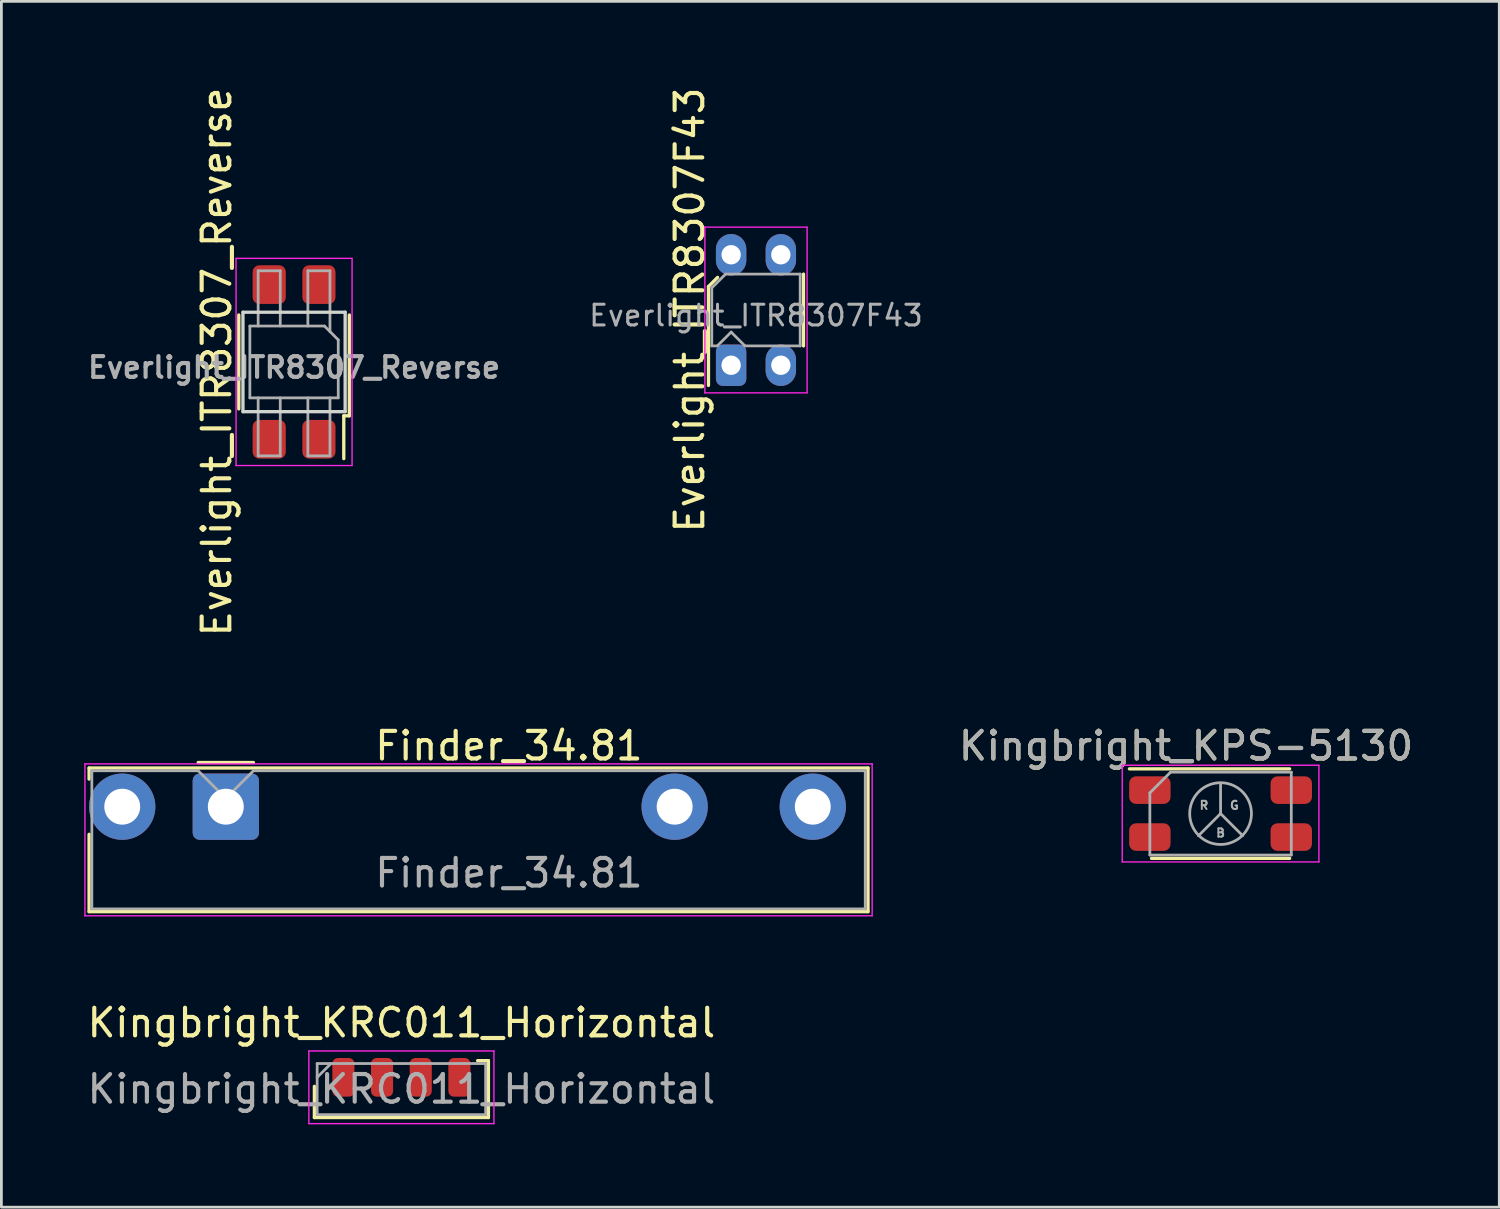
<source format=kicad_pcb>
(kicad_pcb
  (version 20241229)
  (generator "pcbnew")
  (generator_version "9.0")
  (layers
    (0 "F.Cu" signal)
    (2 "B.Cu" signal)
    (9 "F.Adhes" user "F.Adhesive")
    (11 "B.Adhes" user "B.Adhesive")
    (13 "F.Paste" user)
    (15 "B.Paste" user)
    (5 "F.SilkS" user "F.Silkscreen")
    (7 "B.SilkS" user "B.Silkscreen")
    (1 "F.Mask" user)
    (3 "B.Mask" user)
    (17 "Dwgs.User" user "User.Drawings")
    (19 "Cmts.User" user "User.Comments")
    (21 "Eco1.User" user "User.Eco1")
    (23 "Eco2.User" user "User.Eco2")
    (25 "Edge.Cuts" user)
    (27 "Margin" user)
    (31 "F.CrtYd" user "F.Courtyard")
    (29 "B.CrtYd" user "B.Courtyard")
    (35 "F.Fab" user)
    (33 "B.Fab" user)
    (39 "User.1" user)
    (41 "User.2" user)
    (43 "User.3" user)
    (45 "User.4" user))
  (footprint "Kingbright_KRC011_Horizontal"
    (layer "F.Cu")
    (at 11.482 36.379)
    (property "Reference" "Kingbright_KRC011_Horizontal" (at 0 -2.4 0) (layer "F.SilkS") (effects (font (size 1 1) (thickness 0.15))))
    (attr smd)
    (fp_line (start -3.15 -0.1) (end -3.15 1.03) (stroke (width 0.12) (type solid)) (layer "F.SilkS"))
    (fp_line (start -3.15 1.03) (end 3.15 1.03) (stroke (width 0.12) (type solid)) (layer "F.SilkS"))
    (fp_line (start 3.15 -1.03) (end 2.76 -1.03) (stroke (width 0.12) (type solid)) (layer "F.SilkS"))
    (fp_line (start 3.15 -1.03) (end 3.15 1.03) (stroke (width 0.12) (type solid)) (layer "F.SilkS"))
    (fp_line (start -3.35 -1.38) (end -3.35 1.25) (stroke (width 0.05) (type solid)) (layer "F.CrtYd"))
    (fp_line (start -3.35 -1.38) (end 3.35 -1.38) (stroke (width 0.05) (type solid)) (layer "F.CrtYd"))
    (fp_line (start -3.35 1.25) (end 3.35 1.25) (stroke (width 0.05) (type solid)) (layer "F.CrtYd"))
    (fp_line (start 3.35 1.25) (end 3.35 -1.38) (stroke (width 0.05) (type solid)) (layer "F.CrtYd"))
    (fp_line (start -3.05 -0.925) (end 3.05 -0.925) (stroke (width 0.1) (type solid)) (layer "F.Fab"))
    (fp_line (start -3.05 -0.425) (end -2.55 -0.925) (stroke (width 0.1) (type solid)) (layer "F.Fab"))
    (fp_line (start -3.05 0.925) (end -3.05 -0.925) (stroke (width 0.1) (type solid)) (layer "F.Fab"))
    (fp_line (start 3.05 -0.925) (end 3.05 0.925) (stroke (width 0.1) (type solid)) (layer "F.Fab"))
    (fp_line (start 3.05 0.925) (end -3.05 0.925) (stroke (width 0.1) (type solid)) (layer "F.Fab"))
    (fp_text user "${REFERENCE}" (at 0 0 0) (layer "F.Fab") (effects (font (size 1 1) (thickness 0.15))))
    (pad "1" smd roundrect (at -2.1 -0.425) (size 0.8 1.4) (layers "F.Cu" "F.Mask" "F.Paste") (roundrect_rratio 0.25))
    (pad "2" smd roundrect (at -0.7 -0.425) (size 0.8 1.4) (layers "F.Cu" "F.Mask" "F.Paste") (roundrect_rratio 0.25))
    (pad "3" smd roundrect (at 0.7 -0.425) (size 0.8 1.4) (layers "F.Cu" "F.Mask" "F.Paste") (roundrect_rratio 0.25))
    (pad "4" smd roundrect (at 2.1 -0.425) (size 0.8 1.4) (layers "F.Cu" "F.Mask" "F.Paste") (roundrect_rratio 0.25)))
  (footprint "Kingbright_KPS-5130"
    (layer "F.Cu")
    (at 41.139 26.405)
    (property "Reference" "Kingbright_KPS-5130" (at -1.25 -2.45 0) (layer "F.SilkS") (effects (font (size 1 1) (thickness 0.15))))
    (attr smd)
    (fp_line (start -3.3 -1.62) (end 2.5 -1.62) (stroke (width 0.12) (type solid)) (layer "F.SilkS"))
    (fp_line (start 2.5 1.62) (end -2.5 1.62) (stroke (width 0.12) (type solid)) (layer "F.SilkS"))
    (fp_line (start -3.56 -1.75) (end -3.56 1.75) (stroke (width 0.05) (type solid)) (layer "F.CrtYd"))
    (fp_line (start -3.56 -1.75) (end 3.56 -1.75) (stroke (width 0.05) (type solid)) (layer "F.CrtYd"))
    (fp_line (start 3.56 1.75) (end -3.56 1.75) (stroke (width 0.05) (type solid)) (layer "F.CrtYd"))
    (fp_line (start 3.56 1.75) (end 3.56 -1.75) (stroke (width 0.05) (type solid)) (layer "F.CrtYd"))
    (fp_line (start -2.56 -0.75) (end -2.56 1.5) (stroke (width 0.1) (type solid)) (layer "F.Fab"))
    (fp_line (start -2.56 -0.75) (end -1.81 -1.5) (stroke (width 0.1) (type solid)) (layer "F.Fab"))
    (fp_line (start -2.56 1.5) (end 2.56 1.5) (stroke (width 0.1) (type solid)) (layer "F.Fab"))
    (fp_line (start 0 0) (end -0.8 0.8) (stroke (width 0.1) (type solid)) (layer "F.Fab"))
    (fp_line (start 0 0) (end 0 -1.1) (stroke (width 0.1) (type solid)) (layer "F.Fab"))
    (fp_line (start 0 0) (end 0.8 0.8) (stroke (width 0.1) (type solid)) (layer "F.Fab"))
    (fp_line (start 2.56 -1.5) (end -1.81 -1.5) (stroke (width 0.1) (type solid)) (layer "F.Fab"))
    (fp_line (start 2.56 1.5) (end 2.56 -1.5) (stroke (width 0.1) (type solid)) (layer "F.Fab"))
    (fp_circle (center 0 0) (end 1 0.5) (stroke (width 0.1) (type solid)) (fill no) (layer "F.Fab"))
    (fp_text user "G" (at 0.5 -0.3 0) (layer "F.Fab") (effects (font (size 0.3 0.3) (thickness 0.07))))
    (fp_text user "B" (at 0 0.7 0) (layer "F.Fab") (effects (font (size 0.3 0.3) (thickness 0.07))))
    (fp_text user "R" (at -0.6 -0.3 0) (layer "F.Fab") (effects (font (size 0.3 0.3) (thickness 0.07))))
    (fp_text user "${REFERENCE}" (at -1.25 -2.45 0) (layer "F.Fab") (effects (font (size 1 1) (thickness 0.15))))
    (pad "1" smd roundrect (at -2.56 -0.85) (size 1.5 1) (layers "F.Cu" "F.Mask" "F.Paste") (roundrect_rratio 0.25))
    (pad "2" smd roundrect (at 2.56 -0.85) (size 1.5 1) (layers "F.Cu" "F.Mask" "F.Paste") (roundrect_rratio 0.25))
    (pad "3" smd roundrect (at -2.56 0.85) (size 1.5 1) (layers "F.Cu" "F.Mask" "F.Paste") (roundrect_rratio 0.25))
    (pad "4" smd roundrect (at 2.56 0.85) (size 1.5 1) (layers "F.Cu" "F.Mask" "F.Paste") (roundrect_rratio 0.25)))
  (footprint "Everlight_ITR8307F43"
    (layer "F.Cu")
    (at 23.419 10.173)
    (property "Reference" "Everlight_ITR8307F43" (at -1.5 -2 90) (layer "F.SilkS") (effects (font (size 1 1) (thickness 0.15))))
    (attr through_hole)
    (fp_line (start -0.82 -2.85) (end -0.82 0.73) (stroke (width 0.12) (type solid)) (layer "F.SilkS"))
    (fp_line (start -0.49 -3.18) (end -0.82 -2.85) (stroke (width 0.12) (type solid)) (layer "F.SilkS"))
    (fp_line (start 2.62 -0.7) (end 2.62 -3.3) (stroke (width 0.12) (type solid)) (layer "F.SilkS"))
    (fp_line (start -0.95 -5) (end -0.95 1) (stroke (width 0.05) (type solid)) (layer "F.CrtYd"))
    (fp_line (start -0.95 -5) (end 2.75 -5) (stroke (width 0.05) (type solid)) (layer "F.CrtYd"))
    (fp_line (start 2.75 1) (end -0.95 1) (stroke (width 0.05) (type solid)) (layer "F.CrtYd"))
    (fp_line (start 2.75 1) (end 2.75 -5) (stroke (width 0.05) (type solid)) (layer "F.CrtYd"))
    (fp_line (start -0.7 -2.8) (end -0.2 -3.3) (stroke (width 0.1) (type solid)) (layer "F.Fab"))
    (fp_line (start -0.7 -0.7) (end -0.7 -2.8) (stroke (width 0.1) (type solid)) (layer "F.Fab"))
    (fp_line (start -0.7 -0.7) (end -0.5 -0.7) (stroke (width 0.1) (type solid)) (layer "F.Fab"))
    (fp_line (start -0.2 -3.3) (end 2.5 -3.3) (stroke (width 0.1) (type solid)) (layer "F.Fab"))
    (fp_line (start 0 -1.2) (end -0.5 -0.7) (stroke (width 0.1) (type solid)) (layer "F.Fab"))
    (fp_line (start 0 -1.2) (end 0.5 -0.7) (stroke (width 0.1) (type solid)) (layer "F.Fab"))
    (fp_line (start 2.5 -3.3) (end 2.5 -0.7) (stroke (width 0.1) (type solid)) (layer "F.Fab"))
    (fp_line (start 2.5 -0.7) (end 0.5 -0.7) (stroke (width 0.1) (type solid)) (layer "F.Fab"))
    (fp_text user "${REFERENCE}" (at 0.9 -1.8 0) (layer "F.Fab") (effects (font (size 0.75 0.75) (thickness 0.11))))
    (pad "1" thru_hole roundrect (at 0 0) (size 1.1 1.5) (drill 0.7) (layers "*.Cu" "*.Mask") (roundrect_rratio 0.227))
    (pad "2" thru_hole oval (at 0 -4) (size 1.1 1.5) (drill 0.7) (layers "*.Cu" "*.Mask"))
    (pad "3" thru_hole oval (at 1.8 0) (size 1.1 1.5) (drill 0.7) (layers "*.Cu" "*.Mask"))
    (pad "4" thru_hole oval (at 1.8 -4) (size 1.1 1.5) (drill 0.7) (layers "*.Cu" "*.Mask")))
  (footprint "Everlight_ITR8307_Reverse"
    (layer "F.Cu")
    (at 7.596 10.054)
    (property "Reference" "Everlight_ITR8307_Reverse" (at -2.8 0 90) (layer "F.SilkS") (effects (font (size 1 1) (thickness 0.15))))
    (attr smd)
    (fp_line (start -2 1.7) (end -2 -1.7) (stroke (width 0.12) (type solid)) (layer "F.SilkS"))
    (fp_line (start 1.8 3.5) (end 1.8 1.95) (stroke (width 0.12) (type solid)) (layer "F.SilkS"))
    (fp_line (start 2 1.95) (end 1.8 1.95) (stroke (width 0.12) (type solid)) (layer "F.SilkS"))
    (fp_line (start 2 1.95) (end 2 -1.7) (stroke (width 0.12) (type solid)) (layer "F.SilkS"))
    (fp_line (start -1.85 -1.8) (end 1.85 -1.8) (stroke (width 0.12) (type solid)) (layer "Edge.Cuts"))
    (fp_line (start -1.85 1.8) (end -1.85 -1.8) (stroke (width 0.12) (type solid)) (layer "Edge.Cuts"))
    (fp_line (start 1.85 -1.8) (end 1.85 1.8) (stroke (width 0.12) (type solid)) (layer "Edge.Cuts"))
    (fp_line (start 1.85 1.8) (end -1.85 1.8) (stroke (width 0.12) (type solid)) (layer "Edge.Cuts"))
    (fp_line (start -2.1 -3.75) (end -2.1 3.75) (stroke (width 0.05) (type solid)) (layer "F.CrtYd"))
    (fp_line (start -2.1 -3.75) (end 2.1 -3.75) (stroke (width 0.05) (type solid)) (layer "F.CrtYd"))
    (fp_line (start 2.1 3.75) (end -2.1 3.75) (stroke (width 0.05) (type solid)) (layer "F.CrtYd"))
    (fp_line (start 2.1 3.75) (end 2.1 -3.75) (stroke (width 0.05) (type solid)) (layer "F.CrtYd"))
    (fp_line (start -1.6 -1.3) (end -1.6 1.3) (stroke (width 0.1) (type solid)) (layer "F.Fab"))
    (fp_line (start -1.6 1.3) (end 1.6 1.3) (stroke (width 0.1) (type solid)) (layer "F.Fab"))
    (fp_line (start -1.3 -3.3) (end -1.3 -1.3) (stroke (width 0.1) (type solid)) (layer "F.Fab"))
    (fp_line (start -1.3 3.4) (end -1.3 1.3) (stroke (width 0.1) (type solid)) (layer "F.Fab"))
    (fp_line (start -0.5 -3.3) (end -1.3 -3.3) (stroke (width 0.1) (type solid)) (layer "F.Fab"))
    (fp_line (start -0.5 -1.3) (end -0.5 -3.3) (stroke (width 0.1) (type solid)) (layer "F.Fab"))
    (fp_line (start -0.5 1.3) (end -0.5 3.4) (stroke (width 0.1) (type solid)) (layer "F.Fab"))
    (fp_line (start -0.5 3.4) (end -1.3 3.4) (stroke (width 0.1) (type solid)) (layer "F.Fab"))
    (fp_line (start 0.5 -3.3) (end 0.5 -1.3) (stroke (width 0.1) (type solid)) (layer "F.Fab"))
    (fp_line (start 0.5 1.3) (end 0.5 3.4) (stroke (width 0.1) (type solid)) (layer "F.Fab"))
    (fp_line (start 0.5 3.4) (end 1.3 3.4) (stroke (width 0.1) (type solid)) (layer "F.Fab"))
    (fp_line (start 1.1 -1.3) (end -1.6 -1.3) (stroke (width 0.1) (type solid)) (layer "F.Fab"))
    (fp_line (start 1.3 -3.3) (end 0.5 -3.3) (stroke (width 0.1) (type solid)) (layer "F.Fab"))
    (fp_line (start 1.3 -3.3) (end 1.3 -1.1) (stroke (width 0.1) (type solid)) (layer "F.Fab"))
    (fp_line (start 1.3 3.4) (end 1.3 1.3) (stroke (width 0.1) (type solid)) (layer "F.Fab"))
    (fp_line (start 1.6 -0.8) (end 1.1 -1.3) (stroke (width 0.1) (type solid)) (layer "F.Fab"))
    (fp_line (start 1.6 1.3) (end 1.6 -0.8) (stroke (width 0.1) (type solid)) (layer "F.Fab"))
    (fp_text user "${REFERENCE}" (at 0 0.2 0) (layer "F.Fab") (effects (font (size 0.75 0.75) (thickness 0.15))))
    (pad "1" smd roundrect (at 0.9 2.8) (size 1.2 1.4) (layers "F.Cu" "F.Mask" "F.Paste") (roundrect_rratio 0.2))
    (pad "2" smd roundrect (at 0.9 -2.8) (size 1.2 1.4) (layers "F.Cu" "F.Mask" "F.Paste") (roundrect_rratio 0.2))
    (pad "3" smd roundrect (at -0.9 2.8) (size 1.2 1.4) (layers "F.Cu" "F.Mask" "F.Paste") (roundrect_rratio 0.2))
    (pad "4" smd roundrect (at -0.9 -2.8) (size 1.2 1.4) (layers "F.Cu" "F.Mask" "F.Paste") (roundrect_rratio 0.2)))
  (footprint "Finder_34.81"
    (layer "F.Cu")
    (at 5.125 26.155)
    (property "Reference" "Finder_34.81" (at 10.25 -2.2 0) (layer "F.SilkS") (effects (font (size 1 1) (thickness 0.15))))
    (attr through_hole)
    (fp_line (start -4.95 -1.4) (end -4.95 -1) (stroke (width 0.12) (type solid)) (layer "F.SilkS"))
    (fp_line (start -4.95 -1.4) (end 23.25 -1.4) (stroke (width 0.12) (type solid)) (layer "F.SilkS"))
    (fp_line (start -4.95 3.8) (end -4.95 1) (stroke (width 0.12) (type solid)) (layer "F.SilkS"))
    (fp_line (start 1 -1.6) (end -1 -1.6) (stroke (width 0.12) (type solid)) (layer "F.SilkS"))
    (fp_line (start 23.25 -1.4) (end 23.25 3.8) (stroke (width 0.12) (type solid)) (layer "F.SilkS"))
    (fp_line (start 23.25 3.8) (end -4.95 3.8) (stroke (width 0.12) (type solid)) (layer "F.SilkS"))
    (fp_line (start -5.1 -1.55) (end -5.1 3.95) (stroke (width 0.05) (type solid)) (layer "F.CrtYd"))
    (fp_line (start -5.1 -1.55) (end 23.4 -1.55) (stroke (width 0.05) (type solid)) (layer "F.CrtYd"))
    (fp_line (start 23.4 3.95) (end -5.1 3.95) (stroke (width 0.05) (type solid)) (layer "F.CrtYd"))
    (fp_line (start 23.4 3.95) (end 23.4 -1.55) (stroke (width 0.05) (type solid)) (layer "F.CrtYd"))
    (fp_line (start -4.85 -1.3) (end -1 -1.3) (stroke (width 0.1) (type solid)) (layer "F.Fab"))
    (fp_line (start -4.85 3.7) (end -4.85 -1.3) (stroke (width 0.1) (type solid)) (layer "F.Fab"))
    (fp_line (start 0 -0.3) (end -1 -1.3) (stroke (width 0.1) (type solid)) (layer "F.Fab"))
    (fp_line (start 0 -0.3) (end 1 -1.3) (stroke (width 0.1) (type solid)) (layer "F.Fab"))
    (fp_line (start 1 -1.3) (end 23.15 -1.3) (stroke (width 0.1) (type solid)) (layer "F.Fab"))
    (fp_line (start 23.15 -1.3) (end 23.15 3.7) (stroke (width 0.1) (type solid)) (layer "F.Fab"))
    (fp_line (start 23.15 3.7) (end -4.85 3.7) (stroke (width 0.1) (type solid)) (layer "F.Fab"))
    (fp_text user "${REFERENCE}" (at 10.25 2.4 0) (layer "F.Fab") (effects (font (size 1 1) (thickness 0.15))))
    (pad "11" thru_hole circle (at 16.25 0) (size 2.4 2.4) (drill 1.3) (layers "*.Cu" "*.Mask"))
    (pad "14" thru_hole circle (at 21.25 0) (size 2.4 2.4) (drill 1.3) (layers "*.Cu" "*.Mask"))
    (pad "A1" thru_hole roundrect (at 0 0) (size 2.4 2.4) (drill 1.3) (layers "*.Cu" "*.Mask") (roundrect_rratio 0.104))
    (pad "A2" thru_hole circle (at -3.75 0) (size 2.4 2.4) (drill 1.3) (layers "*.Cu" "*.Mask")))
  (gr_rect
    (start -3 -3)
    (end 51.229 40.654)
    (stroke (width 0.1) (type default))
    (fill no)
    (layer "Edge.Cuts")))
</source>
